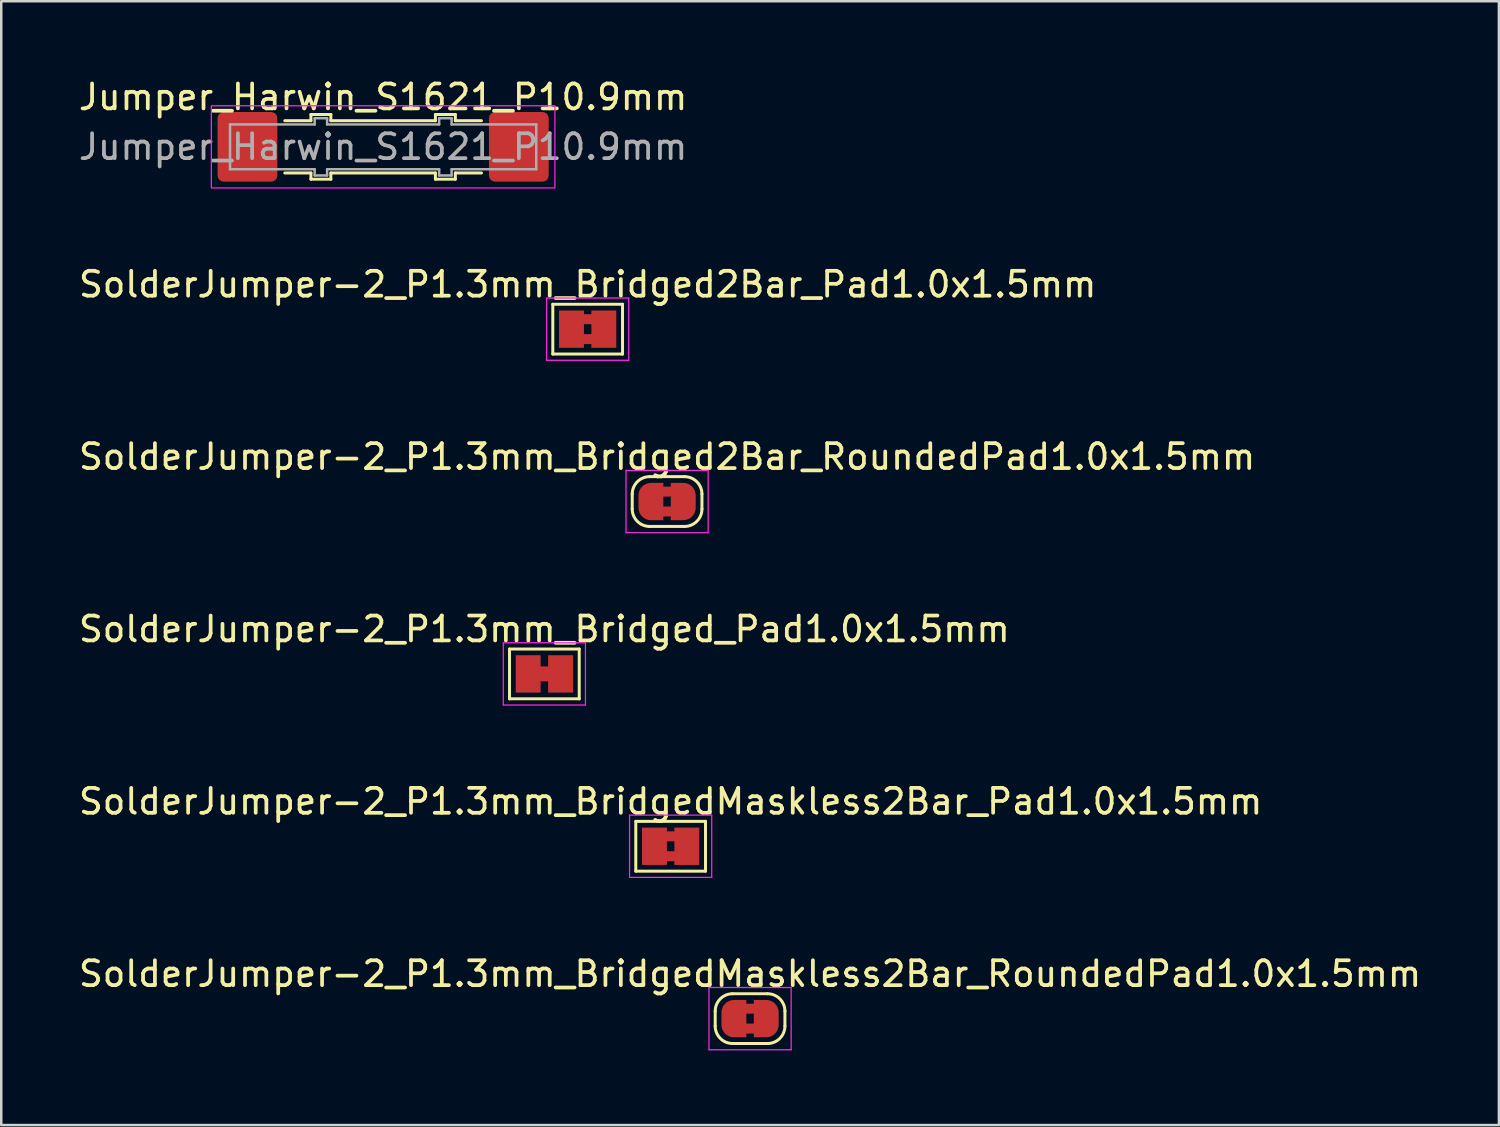
<source format=kicad_pcb>
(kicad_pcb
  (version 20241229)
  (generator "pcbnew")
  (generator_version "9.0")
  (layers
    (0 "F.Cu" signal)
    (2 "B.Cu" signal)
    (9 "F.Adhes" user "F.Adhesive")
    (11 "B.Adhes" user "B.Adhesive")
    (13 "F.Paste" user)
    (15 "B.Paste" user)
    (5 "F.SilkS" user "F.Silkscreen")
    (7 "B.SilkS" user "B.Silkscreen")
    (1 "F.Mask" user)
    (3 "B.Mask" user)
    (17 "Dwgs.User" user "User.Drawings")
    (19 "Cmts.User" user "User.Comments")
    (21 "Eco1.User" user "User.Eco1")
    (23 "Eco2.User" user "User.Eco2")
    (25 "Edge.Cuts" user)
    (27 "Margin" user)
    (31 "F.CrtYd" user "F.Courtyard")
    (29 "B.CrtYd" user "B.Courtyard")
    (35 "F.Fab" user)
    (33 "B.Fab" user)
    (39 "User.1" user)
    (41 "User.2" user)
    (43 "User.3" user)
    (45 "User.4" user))
  (footprint "SolderJumper-2_P1.3mm_BridgedMaskless2Bar_Pad1.0x1.5mm"
    (layer "F.Cu")
    (at 23.887 30.941)
    (property "Reference" "SolderJumper-2_P1.3mm_BridgedMaskless2Bar_Pad1.0x1.5mm" (at 0 -1.8 0) (layer "F.SilkS") (effects (font (size 1 1) (thickness 0.15))))
    (attr exclude_from_pos_files exclude_from_bom)
    (fp_poly (pts (xy -0.25 -0.6) (xy 0.25 -0.6) (xy 0.25 -0.2) (xy -0.25 -0.2)) (stroke (width 0) (type solid)) (fill yes) (layer "F.Cu"))
    (fp_poly (pts (xy -0.25 0.2) (xy 0.25 0.2) (xy 0.25 0.6) (xy -0.25 0.6)) (stroke (width 0) (type solid)) (fill yes) (layer "F.Cu"))
    (fp_poly (pts (xy -0.25 -0.6) (xy 0.25 -0.6) (xy 0.25 -0.2) (xy -0.25 -0.2)) (stroke (width 0) (type solid)) (fill yes) (layer "F.Mask"))
    (fp_poly (pts (xy -0.25 0.2) (xy 0.25 0.2) (xy 0.25 0.6) (xy -0.25 0.6)) (stroke (width 0) (type solid)) (fill yes) (layer "F.Mask"))
    (fp_line (start -1.4 -1) (end 1.4 -1) (stroke (width 0.12) (type solid)) (layer "F.SilkS"))
    (fp_line (start -1.4 1) (end -1.4 -1) (stroke (width 0.12) (type solid)) (layer "F.SilkS"))
    (fp_line (start 1.4 -1) (end 1.4 1) (stroke (width 0.12) (type solid)) (layer "F.SilkS"))
    (fp_line (start 1.4 1) (end -1.4 1) (stroke (width 0.12) (type solid)) (layer "F.SilkS"))
    (fp_line (start -1.65 -1.25) (end -1.65 1.25) (stroke (width 0.05) (type solid)) (layer "F.CrtYd"))
    (fp_line (start -1.65 -1.25) (end 1.65 -1.25) (stroke (width 0.05) (type solid)) (layer "F.CrtYd"))
    (fp_line (start 1.65 1.25) (end -1.65 1.25) (stroke (width 0.05) (type solid)) (layer "F.CrtYd"))
    (fp_line (start 1.65 1.25) (end 1.65 -1.25) (stroke (width 0.05) (type solid)) (layer "F.CrtYd"))
    (pad "1" smd rect (at -0.65 0) (size 1 1.5) (layers "F.Cu" "F.Mask"))
    (pad "2" smd rect (at 0.65 0) (size 1 1.5) (layers "F.Cu" "F.Mask")))
  (footprint "SolderJumper-2_P1.3mm_BridgedMaskless2Bar_RoundedPad1.0x1.5mm"
    (layer "F.Cu")
    (at 27.077 37.864)
    (property "Reference" "SolderJumper-2_P1.3mm_BridgedMaskless2Bar_RoundedPad1.0x1.5mm" (at 0 -1.8 0) (layer "F.SilkS") (effects (font (size 1 1) (thickness 0.15))))
    (attr exclude_from_pos_files exclude_from_bom)
    (fp_poly (pts (xy -0.25 -0.6) (xy 0.25 -0.6) (xy 0.25 -0.2) (xy -0.25 -0.2)) (stroke (width 0) (type solid)) (fill yes) (layer "F.Cu"))
    (fp_poly (pts (xy -0.25 0.2) (xy 0.25 0.2) (xy 0.25 0.6) (xy -0.25 0.6)) (stroke (width 0) (type solid)) (fill yes) (layer "F.Cu"))
    (fp_poly (pts (xy -0.25 -0.6) (xy 0.25 -0.6) (xy 0.25 -0.2) (xy -0.25 -0.2)) (stroke (width 0) (type solid)) (fill yes) (layer "F.Mask"))
    (fp_poly (pts (xy -0.25 0.2) (xy 0.25 0.2) (xy 0.25 0.6) (xy -0.25 0.6)) (stroke (width 0) (type solid)) (fill yes) (layer "F.Mask"))
    (fp_line (start -1.4 0.3) (end -1.4 -0.3) (stroke (width 0.12) (type solid)) (layer "F.SilkS"))
    (fp_line (start -0.7 -1) (end 0.7 -1) (stroke (width 0.12) (type solid)) (layer "F.SilkS"))
    (fp_line (start 0.7 1) (end -0.7 1) (stroke (width 0.12) (type solid)) (layer "F.SilkS"))
    (fp_line (start 1.4 -0.3) (end 1.4 0.3) (stroke (width 0.12) (type solid)) (layer "F.SilkS"))
    (fp_arc (start -1.4 -0.3) (mid -1.194975 -0.794975) (end -0.7 -1) (stroke (width 0.12) (type solid)) (layer "F.SilkS"))
    (fp_arc (start -0.7 1) (mid -1.194975 0.794975) (end -1.4 0.3) (stroke (width 0.12) (type solid)) (layer "F.SilkS"))
    (fp_arc (start 0.7 -1) (mid 1.194975 -0.794975) (end 1.4 -0.3) (stroke (width 0.12) (type solid)) (layer "F.SilkS"))
    (fp_arc (start 1.4 0.3) (mid 1.194975 0.794975) (end 0.7 1) (stroke (width 0.12) (type solid)) (layer "F.SilkS"))
    (fp_line (start -1.65 -1.25) (end -1.65 1.25) (stroke (width 0.05) (type solid)) (layer "F.CrtYd"))
    (fp_line (start -1.65 -1.25) (end 1.65 -1.25) (stroke (width 0.05) (type solid)) (layer "F.CrtYd"))
    (fp_line (start 1.65 1.25) (end -1.65 1.25) (stroke (width 0.05) (type solid)) (layer "F.CrtYd"))
    (fp_line (start 1.65 1.25) (end 1.65 -1.25) (stroke (width 0.05) (type solid)) (layer "F.CrtYd"))
    (pad "1" smd custom (at -0.65 0) (size 1 0.5) (layers "F.Cu" "F.Mask") (options (anchor rect)) (primitives (gr_circle (center 0 0.25) (end 0.5 0.25) (width 0) (fill yes)) (gr_circle (center 0 -0.25) (end 0.5 -0.25) (width 0) (fill yes)) (gr_poly (pts (xy 0.5 0.75) (xy 0 0.75) (xy 0 -0.75) (xy 0.5 -0.75)) (width 0) (fill yes))))
    (pad "2" smd custom (at 0.65 0) (size 1 0.5) (layers "F.Cu" "F.Mask") (options (anchor rect)) (primitives (gr_circle (center 0 0.25) (end 0.5 0.25) (width 0) (fill yes)) (gr_circle (center 0 -0.25) (end 0.5 -0.25) (width 0) (fill yes)) (gr_poly (pts (xy 0 0.75) (xy -0.5 0.75) (xy -0.5 -0.75) (xy 0 -0.75)) (width 0) (fill yes)))))
  (footprint "SolderJumper-2_P1.3mm_Bridged2Bar_RoundedPad1.0x1.5mm"
    (layer "F.Cu")
    (at 23.744 17.095)
    (property "Reference" "SolderJumper-2_P1.3mm_Bridged2Bar_RoundedPad1.0x1.5mm" (at 0 -1.8 0) (layer "F.SilkS") (effects (font (size 1 1) (thickness 0.15))))
    (attr exclude_from_pos_files exclude_from_bom)
    (fp_poly (pts (xy -0.25 -0.6) (xy 0.25 -0.6) (xy 0.25 -0.2) (xy -0.25 -0.2)) (stroke (width 0) (type solid)) (fill yes) (layer "F.Cu"))
    (fp_poly (pts (xy -0.25 0.2) (xy 0.25 0.2) (xy 0.25 0.6) (xy -0.25 0.6)) (stroke (width 0) (type solid)) (fill yes) (layer "F.Cu"))
    (fp_line (start -1.4 0.3) (end -1.4 -0.3) (stroke (width 0.12) (type solid)) (layer "F.SilkS"))
    (fp_line (start -0.7 -1) (end 0.7 -1) (stroke (width 0.12) (type solid)) (layer "F.SilkS"))
    (fp_line (start 0.7 1) (end -0.7 1) (stroke (width 0.12) (type solid)) (layer "F.SilkS"))
    (fp_line (start 1.4 -0.3) (end 1.4 0.3) (stroke (width 0.12) (type solid)) (layer "F.SilkS"))
    (fp_arc (start -1.4 -0.3) (mid -1.194975 -0.794975) (end -0.7 -1) (stroke (width 0.12) (type solid)) (layer "F.SilkS"))
    (fp_arc (start -0.7 1) (mid -1.194975 0.794975) (end -1.4 0.3) (stroke (width 0.12) (type solid)) (layer "F.SilkS"))
    (fp_arc (start 0.7 -1) (mid 1.194975 -0.794975) (end 1.4 -0.3) (stroke (width 0.12) (type solid)) (layer "F.SilkS"))
    (fp_arc (start 1.4 0.3) (mid 1.194975 0.794975) (end 0.7 1) (stroke (width 0.12) (type solid)) (layer "F.SilkS"))
    (fp_line (start -1.65 -1.25) (end -1.65 1.25) (stroke (width 0.05) (type solid)) (layer "F.CrtYd"))
    (fp_line (start -1.65 -1.25) (end 1.65 -1.25) (stroke (width 0.05) (type solid)) (layer "F.CrtYd"))
    (fp_line (start 1.65 1.25) (end -1.65 1.25) (stroke (width 0.05) (type solid)) (layer "F.CrtYd"))
    (fp_line (start 1.65 1.25) (end 1.65 -1.25) (stroke (width 0.05) (type solid)) (layer "F.CrtYd"))
    (pad "1" smd custom (at -0.65 0) (size 1 0.5) (layers "F.Cu" "F.Mask") (options (anchor rect)) (primitives (gr_circle (center 0 0.25) (end 0.5 0.25) (width 0) (fill yes)) (gr_circle (center 0 -0.25) (end 0.5 -0.25) (width 0) (fill yes)) (gr_poly (pts (xy 0.5 0.75) (xy 0 0.75) (xy 0 -0.75) (xy 0.5 -0.75)) (width 0) (fill yes))))
    (pad "2" smd custom (at 0.65 0) (size 1 0.5) (layers "F.Cu" "F.Mask") (options (anchor rect)) (primitives (gr_circle (center 0 0.25) (end 0.5 0.25) (width 0) (fill yes)) (gr_circle (center 0 -0.25) (end 0.5 -0.25) (width 0) (fill yes)) (gr_poly (pts (xy 0 0.75) (xy -0.5 0.75) (xy -0.5 -0.75) (xy 0 -0.75)) (width 0) (fill yes)))))
  (footprint "SolderJumper-2_P1.3mm_Bridged2Bar_Pad1.0x1.5mm"
    (layer "F.Cu")
    (at 20.554 10.171)
    (property "Reference" "SolderJumper-2_P1.3mm_Bridged2Bar_Pad1.0x1.5mm" (at 0 -1.8 0) (layer "F.SilkS") (effects (font (size 1 1) (thickness 0.15))))
    (attr exclude_from_pos_files exclude_from_bom)
    (fp_poly (pts (xy -0.25 -0.6) (xy 0.25 -0.6) (xy 0.25 -0.2) (xy -0.25 -0.2)) (stroke (width 0) (type solid)) (fill yes) (layer "F.Cu"))
    (fp_poly (pts (xy -0.25 0.2) (xy 0.25 0.2) (xy 0.25 0.6) (xy -0.25 0.6)) (stroke (width 0) (type solid)) (fill yes) (layer "F.Cu"))
    (fp_line (start -1.4 -1) (end 1.4 -1) (stroke (width 0.12) (type solid)) (layer "F.SilkS"))
    (fp_line (start -1.4 1) (end -1.4 -1) (stroke (width 0.12) (type solid)) (layer "F.SilkS"))
    (fp_line (start 1.4 -1) (end 1.4 1) (stroke (width 0.12) (type solid)) (layer "F.SilkS"))
    (fp_line (start 1.4 1) (end -1.4 1) (stroke (width 0.12) (type solid)) (layer "F.SilkS"))
    (fp_line (start -1.65 -1.25) (end -1.65 1.25) (stroke (width 0.05) (type solid)) (layer "F.CrtYd"))
    (fp_line (start -1.65 -1.25) (end 1.65 -1.25) (stroke (width 0.05) (type solid)) (layer "F.CrtYd"))
    (fp_line (start 1.65 1.25) (end -1.65 1.25) (stroke (width 0.05) (type solid)) (layer "F.CrtYd"))
    (fp_line (start 1.65 1.25) (end 1.65 -1.25) (stroke (width 0.05) (type solid)) (layer "F.CrtYd"))
    (pad "1" smd rect (at -0.65 0) (size 1 1.5) (layers "F.Cu" "F.Mask"))
    (pad "2" smd rect (at 0.65 0) (size 1 1.5) (layers "F.Cu" "F.Mask")))
  (footprint "Jumper_Harwin_S1621_P10.9mm"
    (layer "F.Cu")
    (at 12.339 2.848)
    (property "Reference" "Jumper_Harwin_S1621_P10.9mm" (at 0 -2 0) (layer "F.SilkS") (effects (font (size 1 1) (thickness 0.15))))
    (attr smd)
    (fp_line (start -3.95 -1.05) (end -2.9 -1.05) (stroke (width 0.12) (type default)) (layer "F.SilkS"))
    (fp_line (start -3.95 1.05) (end -2.9 1.05) (stroke (width 0.12) (type default)) (layer "F.SilkS"))
    (fp_line (start -2.9 -1.3) (end -2.1 -1.3) (stroke (width 0.12) (type default)) (layer "F.SilkS"))
    (fp_line (start -2.9 -1.05) (end -2.9 -1.3) (stroke (width 0.12) (type default)) (layer "F.SilkS"))
    (fp_line (start -2.9 1.05) (end -2.9 1.3) (stroke (width 0.12) (type default)) (layer "F.SilkS"))
    (fp_line (start -2.9 1.3) (end -2.1 1.3) (stroke (width 0.12) (type default)) (layer "F.SilkS"))
    (fp_line (start -2.1 -1.3) (end -2.1 -1.05) (stroke (width 0.12) (type default)) (layer "F.SilkS"))
    (fp_line (start -2.1 -1.05) (end 2.1 -1.05) (stroke (width 0.12) (type default)) (layer "F.SilkS"))
    (fp_line (start -2.1 1.3) (end -2.1 1.05) (stroke (width 0.12) (type default)) (layer "F.SilkS"))
    (fp_line (start 2.1 -1.3) (end 2.1 -1.05) (stroke (width 0.12) (type default)) (layer "F.SilkS"))
    (fp_line (start 2.1 1.05) (end -2.1 1.05) (stroke (width 0.12) (type default)) (layer "F.SilkS"))
    (fp_line (start 2.1 1.3) (end 2.1 1.05) (stroke (width 0.12) (type default)) (layer "F.SilkS"))
    (fp_line (start 2.9 -1.3) (end 2.1 -1.3) (stroke (width 0.12) (type default)) (layer "F.SilkS"))
    (fp_line (start 2.9 -1.05) (end 2.9 -1.3) (stroke (width 0.12) (type default)) (layer "F.SilkS"))
    (fp_line (start 2.9 1.05) (end 2.9 1.3) (stroke (width 0.12) (type default)) (layer "F.SilkS"))
    (fp_line (start 2.9 1.3) (end 2.1 1.3) (stroke (width 0.12) (type default)) (layer "F.SilkS"))
    (fp_line (start 3.95 -1.05) (end 2.9 -1.05) (stroke (width 0.12) (type default)) (layer "F.SilkS"))
    (fp_line (start 3.95 1.05) (end 2.9 1.05) (stroke (width 0.12) (type default)) (layer "F.SilkS"))
    (fp_rect (start -6.9 -1.65) (end 6.9 1.65) (stroke (width 0.05) (type default)) (fill no) (layer "F.CrtYd"))
    (fp_line (start -6.15 -0.9) (end -2.75 -0.9) (stroke (width 0.1) (type default)) (layer "F.Fab"))
    (fp_line (start -6.15 0.9) (end -6.15 -0.9) (stroke (width 0.1) (type default)) (layer "F.Fab"))
    (fp_line (start -2.75 -1.15) (end -2.25 -1.15) (stroke (width 0.1) (type default)) (layer "F.Fab"))
    (fp_line (start -2.75 -0.9) (end -2.75 -1.15) (stroke (width 0.1) (type default)) (layer "F.Fab"))
    (fp_line (start -2.75 0.9) (end -6.15 0.9) (stroke (width 0.1) (type default)) (layer "F.Fab"))
    (fp_line (start -2.75 0.9) (end -2.75 1.15) (stroke (width 0.1) (type default)) (layer "F.Fab"))
    (fp_line (start -2.75 1.15) (end -2.25 1.15) (stroke (width 0.1) (type default)) (layer "F.Fab"))
    (fp_line (start -2.25 -1.15) (end -2.25 -0.9) (stroke (width 0.1) (type default)) (layer "F.Fab"))
    (fp_line (start -2.25 -0.9) (end 2.25 -0.9) (stroke (width 0.1) (type default)) (layer "F.Fab"))
    (fp_line (start -2.25 1.15) (end -2.25 0.9) (stroke (width 0.1) (type default)) (layer "F.Fab"))
    (fp_line (start 2.25 -1.15) (end 2.25 -0.9) (stroke (width 0.1) (type default)) (layer "F.Fab"))
    (fp_line (start 2.25 0.9) (end -2.25 0.9) (stroke (width 0.1) (type default)) (layer "F.Fab"))
    (fp_line (start 2.25 1.15) (end 2.25 0.9) (stroke (width 0.1) (type default)) (layer "F.Fab"))
    (fp_line (start 2.75 -1.15) (end 2.25 -1.15) (stroke (width 0.1) (type default)) (layer "F.Fab"))
    (fp_line (start 2.75 -0.9) (end 2.75 -1.15) (stroke (width 0.1) (type default)) (layer "F.Fab"))
    (fp_line (start 2.75 -0.9) (end 6.15 -0.9) (stroke (width 0.1) (type default)) (layer "F.Fab"))
    (fp_line (start 2.75 0.9) (end 2.75 1.15) (stroke (width 0.1) (type default)) (layer "F.Fab"))
    (fp_line (start 2.75 1.15) (end 2.25 1.15) (stroke (width 0.1) (type default)) (layer "F.Fab"))
    (fp_line (start 6.15 -0.9) (end 6.15 0.9) (stroke (width 0.1) (type default)) (layer "F.Fab"))
    (fp_line (start 6.15 0.9) (end 2.75 0.9) (stroke (width 0.1) (type default)) (layer "F.Fab"))
    (fp_text user "${REFERENCE}" (at 0 0 0) (layer "F.Fab") (effects (font (size 1 1) (thickness 0.15))))
    (pad "1" smd roundrect (at -5.45 0) (size 2.4 2.8) (layers "F.Cu" "F.Mask" "F.Paste") (roundrect_rratio 0.104))
    (pad "2" smd roundrect (at 5.45 0) (size 2.4 2.8) (layers "F.Cu" "F.Mask" "F.Paste") (roundrect_rratio 0.104)))
  (footprint "SolderJumper-2_P1.3mm_Bridged_Pad1.0x1.5mm"
    (layer "F.Cu")
    (at 18.815 24.018)
    (property "Reference" "SolderJumper-2_P1.3mm_Bridged_Pad1.0x1.5mm" (at 0 -1.8 0) (layer "F.SilkS") (effects (font (size 1 1) (thickness 0.15))))
    (attr exclude_from_pos_files exclude_from_bom)
    (fp_poly (pts (xy -0.25 -0.3) (xy 0.25 -0.3) (xy 0.25 0.3) (xy -0.25 0.3)) (stroke (width 0) (type solid)) (fill yes) (layer "F.Cu"))
    (fp_line (start -1.4 -1) (end 1.4 -1) (stroke (width 0.12) (type solid)) (layer "F.SilkS"))
    (fp_line (start -1.4 1) (end -1.4 -1) (stroke (width 0.12) (type solid)) (layer "F.SilkS"))
    (fp_line (start 1.4 -1) (end 1.4 1) (stroke (width 0.12) (type solid)) (layer "F.SilkS"))
    (fp_line (start 1.4 1) (end -1.4 1) (stroke (width 0.12) (type solid)) (layer "F.SilkS"))
    (fp_line (start -1.65 -1.25) (end -1.65 1.25) (stroke (width 0.05) (type solid)) (layer "F.CrtYd"))
    (fp_line (start -1.65 -1.25) (end 1.65 -1.25) (stroke (width 0.05) (type solid)) (layer "F.CrtYd"))
    (fp_line (start 1.65 1.25) (end -1.65 1.25) (stroke (width 0.05) (type solid)) (layer "F.CrtYd"))
    (fp_line (start 1.65 1.25) (end 1.65 -1.25) (stroke (width 0.05) (type solid)) (layer "F.CrtYd"))
    (pad "1" smd rect (at -0.65 0) (size 1 1.5) (layers "F.Cu" "F.Mask"))
    (pad "2" smd rect (at 0.65 0) (size 1 1.5) (layers "F.Cu" "F.Mask")))
  (gr_rect
    (start -3 -3)
    (end 57.155 42.139)
    (stroke (width 0.1) (type default))
    (fill no)
    (layer "Edge.Cuts")))
</source>
